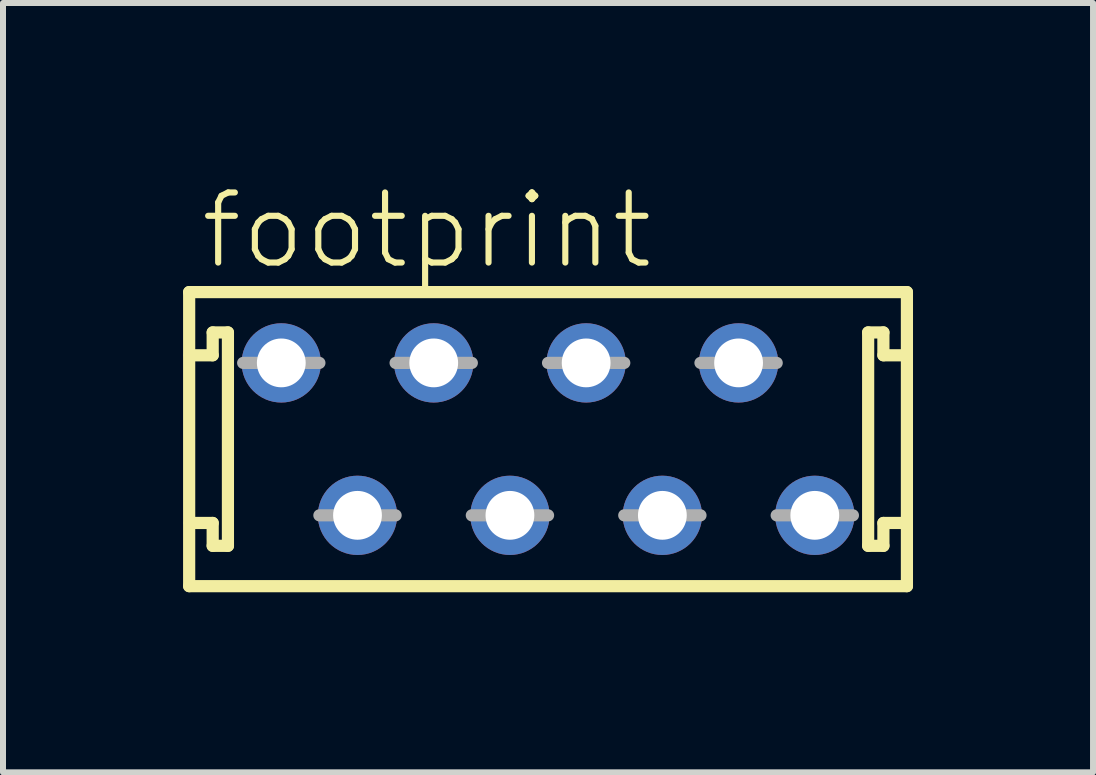
<source format=kicad_pcb>
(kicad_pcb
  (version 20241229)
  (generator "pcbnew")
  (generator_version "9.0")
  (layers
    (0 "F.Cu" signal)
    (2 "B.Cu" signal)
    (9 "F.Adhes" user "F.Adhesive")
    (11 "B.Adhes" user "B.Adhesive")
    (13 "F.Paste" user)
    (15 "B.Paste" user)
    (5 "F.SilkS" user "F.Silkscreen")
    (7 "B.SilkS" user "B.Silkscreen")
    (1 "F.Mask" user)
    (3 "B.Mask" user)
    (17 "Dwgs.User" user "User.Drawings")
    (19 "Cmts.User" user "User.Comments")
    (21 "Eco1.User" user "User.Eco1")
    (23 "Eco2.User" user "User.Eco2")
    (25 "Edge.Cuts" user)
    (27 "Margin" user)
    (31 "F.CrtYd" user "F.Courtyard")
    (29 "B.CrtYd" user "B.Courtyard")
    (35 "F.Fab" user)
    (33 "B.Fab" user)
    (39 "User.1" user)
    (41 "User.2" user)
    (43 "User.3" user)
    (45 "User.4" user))
  (footprint "footprint"
    (layer "F.Cu")
    (at 6.082 4.267)
    (property "Reference" "footprint" (at -5.842 -2.794 0) (layer "F.SilkS") (effects (font (size 1.168 1.168) (thickness 0.102)) (justify left bottom)))
    (fp_line (start -5.98 -2.45) (end 5.98 -2.45) (stroke (width 0.203) (type solid)) (layer "F.SilkS"))
    (fp_line (start -5.98 2.45) (end -5.98 -2.45) (stroke (width 0.203) (type solid)) (layer "F.SilkS"))
    (fp_line (start -5.588 -1.778) (end -5.588 -1.397) (stroke (width 0.203) (type solid)) (layer "F.SilkS"))
    (fp_line (start -5.588 -1.397) (end -5.969 -1.397) (stroke (width 0.203) (type solid)) (layer "F.SilkS"))
    (fp_line (start -5.588 1.397) (end -5.969 1.397) (stroke (width 0.203) (type solid)) (layer "F.SilkS"))
    (fp_line (start -5.588 1.778) (end -5.588 1.397) (stroke (width 0.203) (type solid)) (layer "F.SilkS"))
    (fp_line (start -5.334 -1.778) (end -5.588 -1.778) (stroke (width 0.203) (type solid)) (layer "F.SilkS"))
    (fp_line (start -5.334 1.778) (end -5.588 1.778) (stroke (width 0.203) (type solid)) (layer "F.SilkS"))
    (fp_line (start -5.334 1.778) (end -5.334 -1.778) (stroke (width 0.203) (type solid)) (layer "F.SilkS"))
    (fp_line (start 5.334 -1.778) (end 5.334 1.778) (stroke (width 0.203) (type solid)) (layer "F.SilkS"))
    (fp_line (start 5.334 -1.778) (end 5.588 -1.778) (stroke (width 0.203) (type solid)) (layer "F.SilkS"))
    (fp_line (start 5.334 1.778) (end 5.588 1.778) (stroke (width 0.203) (type solid)) (layer "F.SilkS"))
    (fp_line (start 5.588 -1.778) (end 5.588 -1.397) (stroke (width 0.203) (type solid)) (layer "F.SilkS"))
    (fp_line (start 5.588 -1.397) (end 5.969 -1.397) (stroke (width 0.203) (type solid)) (layer "F.SilkS"))
    (fp_line (start 5.588 1.397) (end 5.969 1.397) (stroke (width 0.203) (type solid)) (layer "F.SilkS"))
    (fp_line (start 5.588 1.778) (end 5.588 1.397) (stroke (width 0.203) (type solid)) (layer "F.SilkS"))
    (fp_line (start 5.98 -2.45) (end 5.98 2.45) (stroke (width 0.203) (type solid)) (layer "F.SilkS"))
    (fp_line (start 5.98 2.45) (end -5.98 2.45) (stroke (width 0.203) (type solid)) (layer "F.SilkS"))
    (fp_line (start -5.08 -1.27) (end -3.81 -1.27) (stroke (width 0.203) (type solid)) (layer "F.Fab"))
    (fp_line (start -3.81 1.27) (end -2.54 1.27) (stroke (width 0.203) (type solid)) (layer "F.Fab"))
    (fp_line (start -2.54 -1.27) (end -1.27 -1.27) (stroke (width 0.203) (type solid)) (layer "F.Fab"))
    (fp_line (start -1.27 1.27) (end 0 1.27) (stroke (width 0.203) (type solid)) (layer "F.Fab"))
    (fp_line (start 0 -1.27) (end 1.27 -1.27) (stroke (width 0.203) (type solid)) (layer "F.Fab"))
    (fp_line (start 1.27 1.27) (end 2.54 1.27) (stroke (width 0.203) (type solid)) (layer "F.Fab"))
    (fp_line (start 2.54 -1.27) (end 3.81 -1.27) (stroke (width 0.203) (type solid)) (layer "F.Fab"))
    (fp_line (start 3.81 1.27) (end 5.08 1.27) (stroke (width 0.203) (type solid)) (layer "F.Fab"))
    (pad "1" thru_hole circle (at -4.445 -1.27) (size 1.321 1.321) (drill 0.813) (layers "*.Cu" "*.Mask"))
    (pad "2" thru_hole circle (at -3.175 1.27) (size 1.321 1.321) (drill 0.813) (layers "*.Cu" "*.Mask"))
    (pad "3" thru_hole circle (at -1.905 -1.27) (size 1.321 1.321) (drill 0.813) (layers "*.Cu" "*.Mask"))
    (pad "4" thru_hole circle (at -0.635 1.27) (size 1.321 1.321) (drill 0.813) (layers "*.Cu" "*.Mask"))
    (pad "5" thru_hole circle (at 0.635 -1.27) (size 1.321 1.321) (drill 0.813) (layers "*.Cu" "*.Mask"))
    (pad "6" thru_hole circle (at 1.905 1.27) (size 1.321 1.321) (drill 0.813) (layers "*.Cu" "*.Mask"))
    (pad "7" thru_hole circle (at 3.175 -1.27) (size 1.321 1.321) (drill 0.813) (layers "*.Cu" "*.Mask"))
    (pad "8" thru_hole circle (at 4.445 1.27) (size 1.321 1.321) (drill 0.813) (layers "*.Cu" "*.Mask")))
  (gr_rect
    (start -3 -3)
    (end 15.163 9.819)
    (stroke (width 0.1) (type default))
    (fill no)
    (layer "Edge.Cuts")))
</source>
